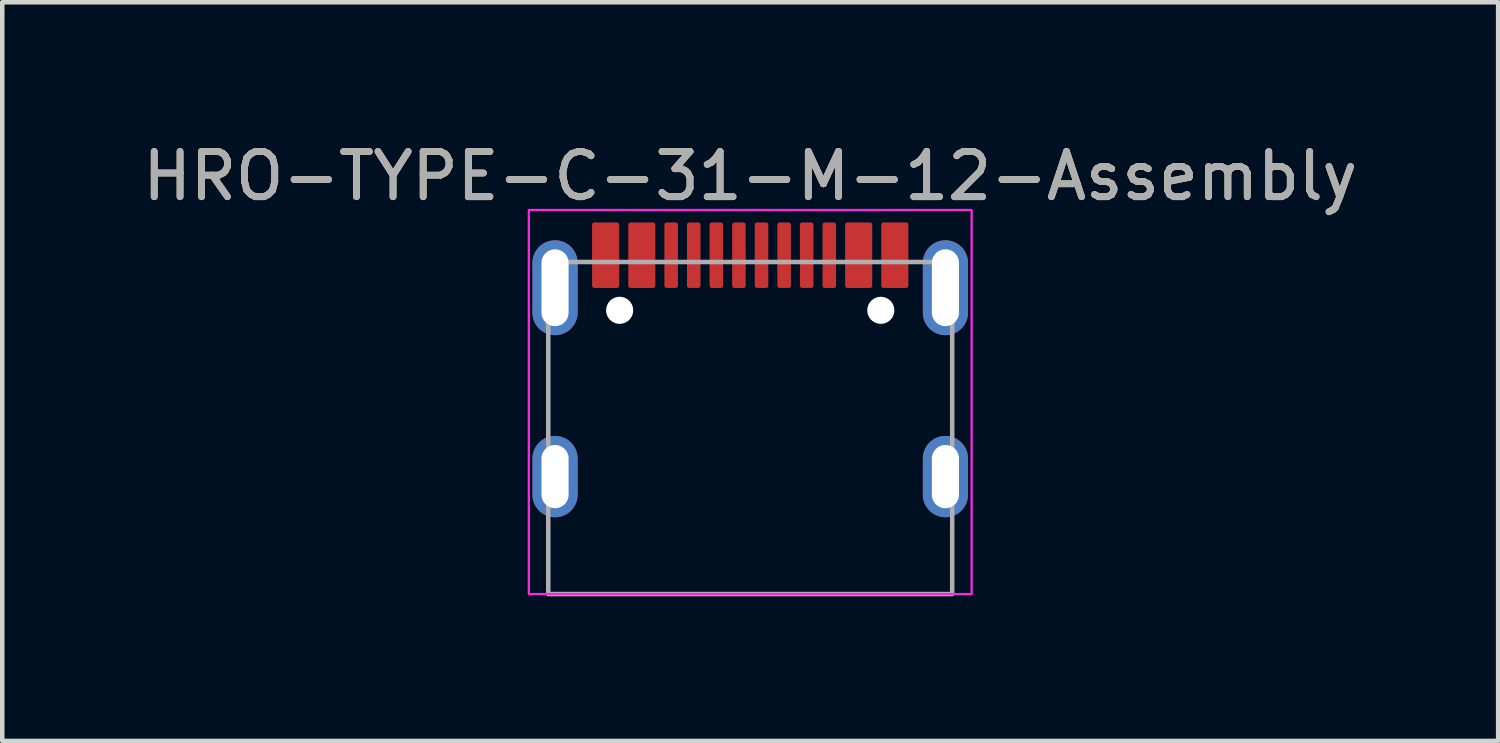
<source format=kicad_pcb>
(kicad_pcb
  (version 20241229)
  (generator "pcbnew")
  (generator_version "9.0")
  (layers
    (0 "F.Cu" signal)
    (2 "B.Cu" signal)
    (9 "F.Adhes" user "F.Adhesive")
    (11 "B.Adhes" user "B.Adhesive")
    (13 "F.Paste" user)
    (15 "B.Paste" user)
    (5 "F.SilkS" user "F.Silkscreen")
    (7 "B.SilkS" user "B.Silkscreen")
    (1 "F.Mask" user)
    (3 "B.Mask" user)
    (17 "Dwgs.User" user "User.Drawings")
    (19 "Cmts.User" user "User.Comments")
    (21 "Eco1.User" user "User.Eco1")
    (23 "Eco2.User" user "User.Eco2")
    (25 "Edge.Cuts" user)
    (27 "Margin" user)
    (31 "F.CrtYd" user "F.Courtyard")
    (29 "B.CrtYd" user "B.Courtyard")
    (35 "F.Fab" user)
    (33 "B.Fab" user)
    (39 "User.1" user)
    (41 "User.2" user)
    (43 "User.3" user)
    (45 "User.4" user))
  (footprint "HRO-TYPE-C-31-M-12-Assembly"
    (layer "F.Cu")
    (at 13.554 10.098)
    (property "Reference" "HRO-TYPE-C-31-M-12-Assembly" (at 0 -9.25 0) (layer "F.SilkS") (effects (font (size 1 1) (thickness 0.15))))
    (attr smd)
    (fp_rect (start -4.9 -8.5) (end 4.9 0) (stroke (width 0.05) (type default)) (fill no) (layer "F.CrtYd"))
    (fp_rect (start -4.47 -7.35) (end 4.47 0) (stroke (width 0.1) (type solid)) (fill no) (layer "F.Fab"))
    (fp_line (start -4.6 -6.78) (end 4.6 -6.78) (stroke (width 0.1) (type solid)) (layer "User.3"))
    (fp_text user "${REFERENCE}" (at 0 -9.25 0) (layer "F.Fab") (effects (font (size 1 1) (thickness 0.15))))
    (pad "" np_thru_hole circle (at -2.89 -6.28) (size 0.6 0.6) (drill 0.6) (layers "*.Cu" "*.Mask"))
    (pad "" np_thru_hole circle (at 2.89 -6.28) (size 0.6 0.6) (drill 0.6) (layers "*.Cu" "*.Mask"))
    (pad "A1" smd roundrect (at -3.2 -7.5) (size 0.6 1.45) (layers "F.Cu" "F.Mask" "F.Paste") (roundrect_rratio 0.083))
    (pad "A4" smd roundrect (at -2.4 -7.5) (size 0.6 1.45) (layers "F.Cu" "F.Mask" "F.Paste") (roundrect_rratio 0.083))
    (pad "A5" smd roundrect (at -1.25 -7.5) (size 0.3 1.45) (layers "F.Cu" "F.Mask" "F.Paste") (roundrect_rratio 0.167))
    (pad "A6" smd roundrect (at -0.25 -7.5) (size 0.3 1.45) (layers "F.Cu" "F.Mask" "F.Paste") (roundrect_rratio 0.167))
    (pad "A7" smd roundrect (at 0.25 -7.5) (size 0.3 1.45) (layers "F.Cu" "F.Mask" "F.Paste") (roundrect_rratio 0.167))
    (pad "A8" smd roundrect (at 1.25 -7.5) (size 0.3 1.45) (layers "F.Cu" "F.Mask" "F.Paste") (roundrect_rratio 0.167))
    (pad "A9" smd roundrect (at 2.4 -7.5) (size 0.6 1.45) (layers "F.Cu" "F.Mask" "F.Paste") (roundrect_rratio 0.083))
    (pad "A12" smd roundrect (at 3.2 -7.5) (size 0.6 1.45) (layers "F.Cu" "F.Mask" "F.Paste") (roundrect_rratio 0.083))
    (pad "B5" smd roundrect (at 1.75 -7.5) (size 0.3 1.45) (layers "F.Cu" "F.Mask" "F.Paste") (roundrect_rratio 0.167))
    (pad "B6" smd roundrect (at 0.75 -7.5) (size 0.3 1.45) (layers "F.Cu" "F.Mask" "F.Paste") (roundrect_rratio 0.167))
    (pad "B7" smd roundrect (at -0.75 -7.5) (size 0.3 1.45) (layers "F.Cu" "F.Mask" "F.Paste") (roundrect_rratio 0.167))
    (pad "B8" smd roundrect (at -1.75 -7.5) (size 0.3 1.45) (layers "F.Cu" "F.Mask" "F.Paste") (roundrect_rratio 0.167))
    (pad "S1" thru_hole oval (at -4.32 -6.78) (size 1 2.1) (drill oval 0.6 1.7) (layers "*.Cu" "*.Mask"))
    (pad "S1" thru_hole oval (at -4.32 -2.6) (size 1 1.8) (drill oval 0.6 1.4) (layers "*.Cu" "*.Mask"))
    (pad "S1" thru_hole oval (at 4.32 -6.78) (size 1 2.1) (drill oval 0.6 1.7) (layers "*.Cu" "*.Mask"))
    (pad "S1" thru_hole oval (at 4.32 -2.6) (size 1 1.8) (drill oval 0.6 1.4) (layers "*.Cu" "*.Mask")))
  (gr_rect
    (start -3 -3)
    (end 30.107 13.348)
    (stroke (width 0.1) (type default))
    (fill no)
    (layer "Edge.Cuts")))
</source>
